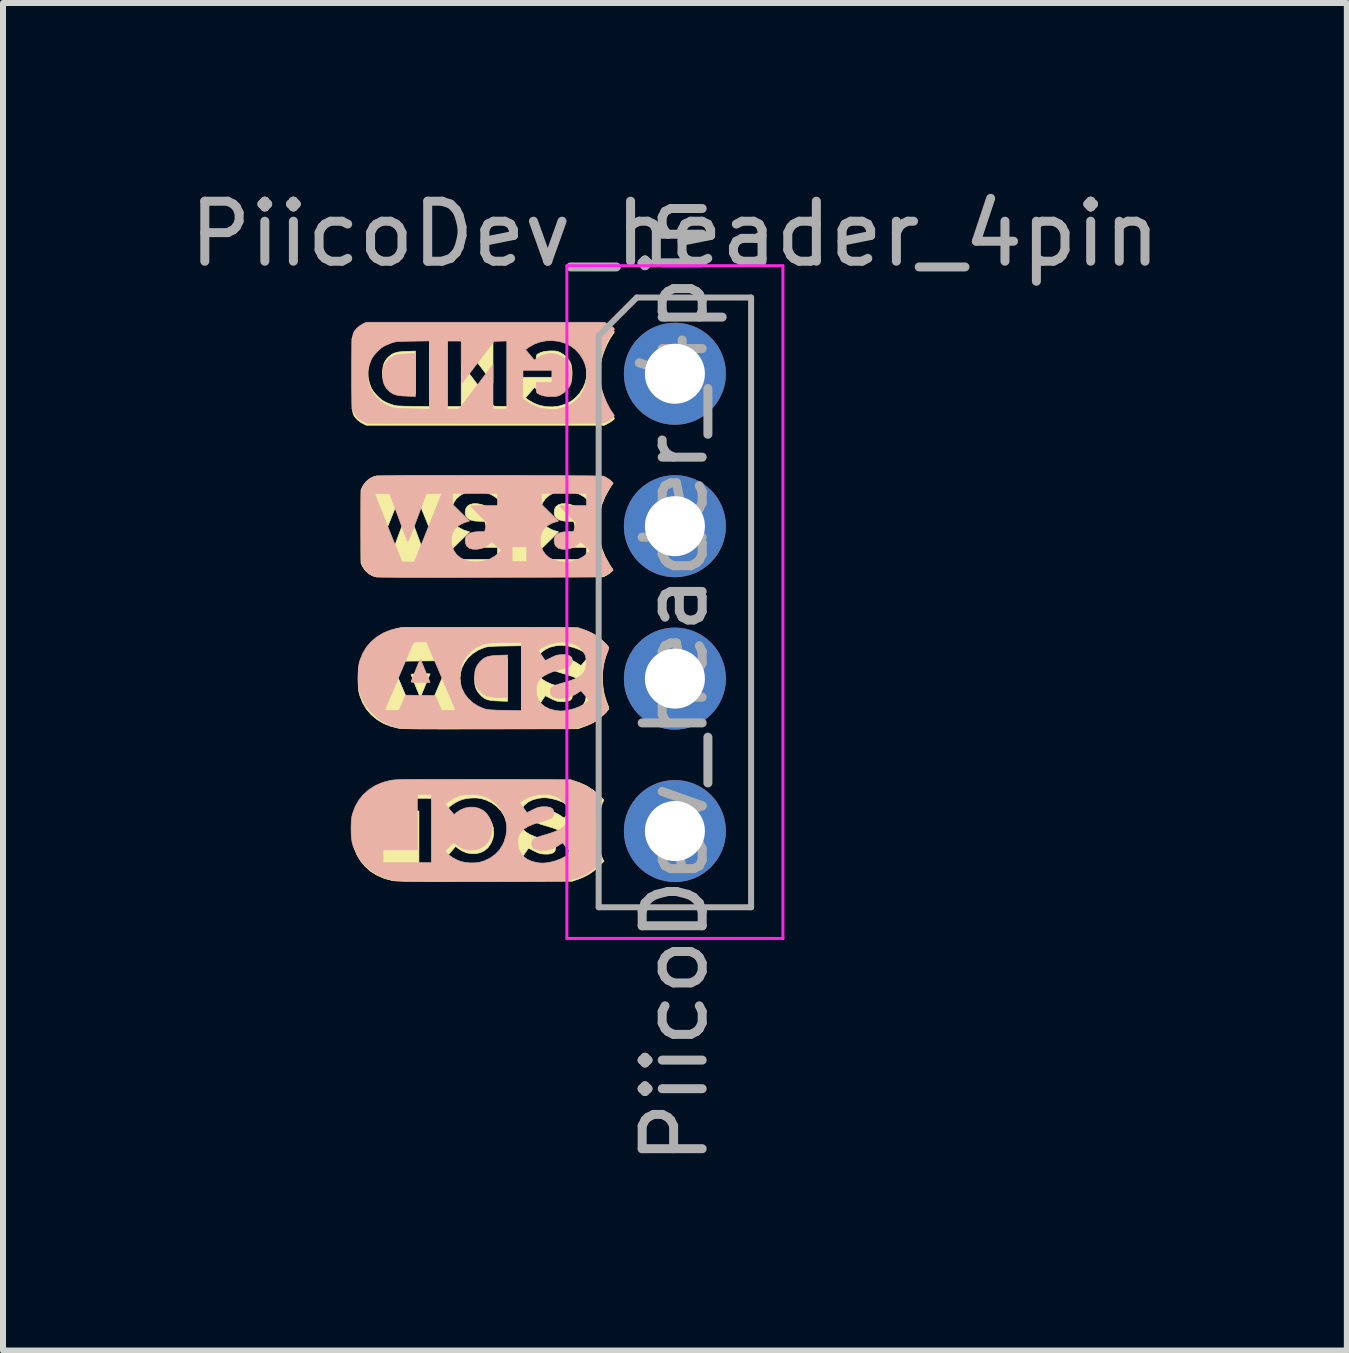
<source format=kicad_pcb>
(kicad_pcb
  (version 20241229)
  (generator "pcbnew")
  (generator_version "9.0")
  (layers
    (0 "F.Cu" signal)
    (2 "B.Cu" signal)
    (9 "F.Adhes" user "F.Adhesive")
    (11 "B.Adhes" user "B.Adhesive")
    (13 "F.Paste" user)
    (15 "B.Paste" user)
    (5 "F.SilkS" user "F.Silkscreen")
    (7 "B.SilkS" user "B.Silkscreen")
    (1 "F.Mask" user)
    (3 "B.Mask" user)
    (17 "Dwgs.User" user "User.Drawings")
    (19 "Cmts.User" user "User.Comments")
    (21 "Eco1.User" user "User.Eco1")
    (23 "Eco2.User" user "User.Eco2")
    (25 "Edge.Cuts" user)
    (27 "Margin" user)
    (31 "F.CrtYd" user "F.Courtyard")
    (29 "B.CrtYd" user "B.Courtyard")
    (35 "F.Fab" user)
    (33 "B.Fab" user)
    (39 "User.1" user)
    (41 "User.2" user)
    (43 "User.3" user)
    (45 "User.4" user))
  (footprint "PiicoDev_header_4pin"
    (layer "F.Cu")
    (at 8.196 3.178)
    (property "Reference" "PiicoDev_header_4pin" (at 0 -2.33 180) (layer "F.Fab") (effects (font (size 1 1) (thickness 0.15))))
    (attr through_hole)
    (fp_poly (pts (xy -4.468 0.331) (xy -4.547 0.327) (xy -4.609 0.32) (xy -4.658 0.309) (xy -4.699 0.292) (xy -4.734 0.269) (xy -4.77 0.237) (xy -4.774 0.233) (xy -4.821 0.178) (xy -4.852 0.119) (xy -4.868 0.053) (xy -4.872 -0.026) (xy -4.871 -0.042) (xy -4.862 -0.121) (xy -4.842 -0.186) (xy -4.808 -0.242) (xy -4.762 -0.289) (xy -4.726 -0.318) (xy -4.689 -0.339) (xy -4.647 -0.354) (xy -4.596 -0.364) (xy -4.532 -0.37) (xy -4.468 -0.373) (xy -4.323 -0.378) (xy -4.323 0.336) (xy -4.468 0.331)) (stroke (width 0.01) (type solid)) (fill yes) (layer "F.SilkS"))
    (fp_poly (pts (xy -2.933 5.453) (xy -3.012 5.449) (xy -3.074 5.442) (xy -3.123 5.431) (xy -3.163 5.414) (xy -3.199 5.391) (xy -3.235 5.359) (xy -3.239 5.355) (xy -3.285 5.3) (xy -3.316 5.241) (xy -3.333 5.175) (xy -3.336 5.096) (xy -3.336 5.079) (xy -3.327 5) (xy -3.307 4.936) (xy -3.273 4.88) (xy -3.227 4.833) (xy -3.191 4.804) (xy -3.154 4.783) (xy -3.112 4.768) (xy -3.061 4.758) (xy -2.997 4.752) (xy -2.933 4.749) (xy -2.788 4.743) (xy -2.788 5.458) (xy -2.933 5.453)) (stroke (width 0.01) (type solid)) (fill yes) (layer "F.SilkS"))
    (fp_poly (pts (xy -4.249 5.378) (xy -4.261 5.351) (xy -4.277 5.312) (xy -4.297 5.265) (xy -4.318 5.212) (xy -4.339 5.159) (xy -4.359 5.109) (xy -4.376 5.065) (xy -4.389 5.032) (xy -4.396 5.012) (xy -4.397 5.009) (xy -4.387 5.006) (xy -4.36 5.003) (xy -4.318 5.001) (xy -4.267 5) (xy -4.238 5) (xy -4.079 5) (xy -4.093 5.034) (xy -4.133 5.132) (xy -4.166 5.211) (xy -4.192 5.274) (xy -4.213 5.322) (xy -4.227 5.355) (xy -4.237 5.377) (xy -4.242 5.388) (xy -4.244 5.389) (xy -4.249 5.378)) (stroke (width 0.01) (type solid)) (fill yes) (layer "F.SilkS"))
    (fp_poly (pts (xy -5.204 0.828) (xy -5.247 0.802) (xy -5.288 0.769) (xy -5.306 0.751) (xy -5.322 0.733) (xy -5.335 0.717) (xy -5.346 0.7) (xy -5.355 0.682) (xy -5.363 0.659) (xy -5.368 0.631) (xy -5.373 0.595) (xy -5.376 0.551) (xy -5.379 0.495) (xy -5.38 0.427) (xy -5.381 0.344) (xy -5.382 0.245) (xy -5.382 0.129) (xy -5.382 0.01) (xy -5.382 -0.584) (xy -5.349 -0.649) (xy -5.31 -0.71) (xy -5.259 -0.759) (xy -5.191 -0.799) (xy -5.184 -0.802) (xy -5.133 -0.826) (xy -3.179 -0.827) (xy -2.963 -0.828) (xy -2.755 -0.828) (xy -2.556 -0.828) (xy -2.366 -0.827) (xy -2.187 -0.827) (xy -2.02 -0.827) (xy -1.865 -0.826) (xy -1.724 -0.826) (xy -1.596 -0.825) (xy -1.485 -0.824) (xy -1.389 -0.824) (xy -1.311 -0.823) (xy -1.251 -0.822) (xy -1.21 -0.821) (xy -1.188 -0.82) (xy -1.186 -0.82) (xy -1.111 -0.792) (xy -1.047 -0.746) (xy -1.043 -0.743) (xy -1.02 -0.719) (xy -1.011 -0.701) (xy -1.017 -0.681) (xy -1.034 -0.657) (xy -1.083 -0.583) (xy -1.13 -0.493) (xy -1.173 -0.396) (xy -1.207 -0.297) (xy -1.227 -0.222) (xy -1.238 -0.158) (xy -1.245 -0.08) (xy -1.247 -0.014) (xy -1.469 -0.014) (xy -1.474 -0.107) (xy -1.491 -0.194) (xy -1.493 -0.202) (xy -1.534 -0.3) (xy -1.592 -0.386) (xy -1.666 -0.46) (xy -1.753 -0.519) (xy -1.852 -0.563) (xy -1.962 -0.591) (xy -1.967 -0.592) (xy -2.009 -0.594) (xy -2.064 -0.593) (xy -2.118 -0.59) (xy -4.09 -0.59) (xy -4.368 -0.585) (xy -4.457 -0.583) (xy -4.529 -0.581) (xy -4.584 -0.579) (xy -4.627 -0.576) (xy -4.66 -0.572) (xy -4.686 -0.567) (xy -4.704 -0.562) (xy -4.808 -0.519) (xy -4.899 -0.462) (xy -4.977 -0.391) (xy -5.039 -0.31) (xy -5.084 -0.219) (xy -5.105 -0.145) (xy -5.117 -0.044) (xy -5.111 0.06) (xy -5.089 0.16) (xy -5.057 0.242) (xy -5.027 0.289) (xy -4.985 0.341) (xy -4.936 0.391) (xy -4.886 0.434) (xy -4.864 0.449) (xy -4.83 0.468) (xy -4.784 0.489) (xy -4.737 0.507) (xy -4.731 0.51) (xy -4.704 0.518) (xy -4.681 0.525) (xy -4.657 0.531) (xy -4.629 0.535) (xy -4.595 0.537) (xy -4.551 0.539) (xy -4.494 0.541) (xy -4.422 0.542) (xy -4.368 0.543) (xy -4.09 0.547) (xy -4.09 -0.59) (xy -2.118 -0.59) (xy -2.125 -0.589) (xy -2.138 -0.588) (xy -2.798 -0.588) (xy -3.031 -0.588) (xy -3.031 0.156) (xy -3.313 -0.216) (xy -3.595 -0.588) (xy -3.794 -0.588) (xy -3.794 0.545) (xy -3.561 0.545) (xy -3.561 0.188) (xy -3.56 0.091) (xy -3.56 0.014) (xy -3.56 -0.047) (xy -3.558 -0.092) (xy -3.557 -0.123) (xy -3.555 -0.143) (xy -3.552 -0.153) (xy -3.548 -0.155) (xy -3.545 -0.153) (xy -3.536 -0.142) (xy -3.515 -0.115) (xy -3.484 -0.075) (xy -3.444 -0.024) (xy -3.398 0.036) (xy -3.347 0.103) (xy -3.291 0.177) (xy -3.272 0.201) (xy -3.014 0.54) (xy -2.906 0.543) (xy -2.798 0.546) (xy -2.798 -0.588) (xy -2.138 -0.588) (xy -2.184 -0.582) (xy -2.233 -0.573) (xy -2.238 -0.572) (xy -2.319 -0.544) (xy -2.403 -0.503) (xy -2.481 -0.455) (xy -2.483 -0.453) (xy -2.534 -0.416) (xy -2.534 0.058) (xy -2.047 0.058) (xy -2.047 -0.143) (xy -2.311 -0.143) (xy -2.311 -0.227) (xy -2.311 -0.27) (xy -2.308 -0.297) (xy -2.302 -0.314) (xy -2.292 -0.324) (xy -2.287 -0.328) (xy -2.234 -0.355) (xy -2.172 -0.372) (xy -2.096 -0.38) (xy -2.068 -0.38) (xy -2.018 -0.38) (xy -1.982 -0.377) (xy -1.953 -0.371) (xy -1.924 -0.36) (xy -1.907 -0.352) (xy -1.847 -0.313) (xy -1.793 -0.261) (xy -1.751 -0.203) (xy -1.732 -0.161) (xy -1.718 -0.098) (xy -1.714 -0.026) (xy -1.719 0.046) (xy -1.733 0.109) (xy -1.768 0.183) (xy -1.818 0.244) (xy -1.88 0.29) (xy -1.949 0.321) (xy -2.026 0.336) (xy -2.105 0.335) (xy -2.186 0.317) (xy -2.264 0.282) (xy -2.308 0.253) (xy -2.342 0.228) (xy -2.415 0.315) (xy -2.489 0.402) (xy -2.44 0.438) (xy -2.348 0.492) (xy -2.248 0.529) (xy -2.143 0.549) (xy -2.036 0.552) (xy -1.931 0.539) (xy -1.83 0.508) (xy -1.736 0.462) (xy -1.662 0.406) (xy -1.588 0.327) (xy -1.529 0.233) (xy -1.498 0.16) (xy -1.477 0.077) (xy -1.469 -0.014) (xy -1.247 -0.014) (xy -1.247 0.005) (xy -1.246 0.091) (xy -1.241 0.17) (xy -1.232 0.237) (xy -1.229 0.249) (xy -1.198 0.363) (xy -1.155 0.475) (xy -1.106 0.576) (xy -1.091 0.601) (xy -1.058 0.655) (xy -1.035 0.693) (xy -1.02 0.72) (xy -1.012 0.737) (xy -1.01 0.747) (xy -1.012 0.754) (xy -1.018 0.76) (xy -1.023 0.766) (xy -1.042 0.781) (xy -1.073 0.802) (xy -1.107 0.822) (xy -1.173 0.858) (xy -5.143 0.858) (xy -5.204 0.828)) (stroke (width 0.01) (type solid)) (fill yes) (layer "F.SilkS"))
    (fp_poly (pts (xy -4.01 8.46) (xy -4.128 8.46) (xy -4.231 8.459) (xy -4.32 8.459) (xy -4.398 8.458) (xy -4.463 8.458) (xy -4.519 8.457) (xy -4.565 8.455) (xy -4.603 8.454) (xy -4.634 8.453) (xy -4.66 8.451) (xy -4.68 8.449) (xy -4.697 8.447) (xy -4.707 8.445) (xy -4.839 8.411) (xy -4.958 8.36) (xy -5.065 8.295) (xy -5.158 8.214) (xy -5.236 8.121) (xy -5.297 8.015) (xy -5.342 7.897) (xy -5.346 7.882) (xy -5.356 7.841) (xy -5.362 7.799) (xy -5.366 7.751) (xy -5.368 7.691) (xy -5.369 7.641) (xy -5.367 7.551) (xy -5.362 7.477) (xy -5.352 7.413) (xy -5.335 7.353) (xy -5.311 7.29) (xy -5.284 7.233) (xy -5.261 7.188) (xy -5.239 7.152) (xy -5.214 7.118) (xy -5.182 7.081) (xy -5.138 7.036) (xy -5.128 7.026) (xy -5.079 6.978) (xy -5.039 6.942) (xy -5.001 6.914) (xy -4.962 6.89) (xy -4.924 6.869) (xy -4.871 6.844) (xy -4.814 6.82) (xy -4.762 6.801) (xy -4.744 6.796) (xy -4.662 6.773) (xy -3.227 6.771) (xy -3.015 6.77) (xy -2.823 6.77) (xy -2.651 6.77) (xy -2.496 6.77) (xy -2.359 6.771) (xy -2.238 6.771) (xy -2.133 6.771) (xy -2.042 6.772) (xy -1.964 6.773) (xy -1.899 6.774) (xy -1.845 6.775) (xy -1.802 6.776) (xy -1.768 6.778) (xy -1.742 6.78) (xy -1.724 6.782) (xy -1.718 6.783) (xy -1.588 6.818) (xy -1.466 6.872) (xy -1.354 6.945) (xy -1.266 7.022) (xy -1.184 7.104) (xy -1.211 7.164) (xy -1.225 7.202) (xy -1.24 7.244) (xy -1.712 7.244) (xy -1.741 7.218) (xy -1.801 7.175) (xy -1.876 7.136) (xy -1.96 7.104) (xy -2.048 7.081) (xy -2.057 7.079) (xy -2.118 7.069) (xy -2.167 7.065) (xy -2.215 7.067) (xy -2.27 7.074) (xy -2.274 7.075) (xy -2.366 7.098) (xy -2.444 7.136) (xy -2.506 7.186) (xy -2.552 7.248) (xy -2.581 7.322) (xy -2.592 7.405) (xy -2.592 7.411) (xy -2.586 7.479) (xy -2.567 7.538) (xy -2.534 7.59) (xy -2.485 7.635) (xy -2.484 7.636) (xy -2.776 7.636) (xy -2.787 7.53) (xy -2.819 7.424) (xy -2.841 7.374) (xy -2.895 7.288) (xy -2.965 7.213) (xy -3.049 7.151) (xy -3.144 7.105) (xy -3.227 7.079) (xy -3.3 7.069) (xy -3.383 7.069) (xy -3.467 7.077) (xy -3.543 7.094) (xy -3.546 7.095) (xy -3.608 7.12) (xy -3.673 7.155) (xy -3.731 7.195) (xy -3.772 7.232) (xy -3.803 7.265) (xy -3.733 7.336) (xy -3.662 7.406) (xy -3.599 7.362) (xy -3.536 7.323) (xy -3.478 7.298) (xy -3.417 7.286) (xy -3.37 7.283) (xy -3.282 7.291) (xy -3.205 7.317) (xy -3.139 7.36) (xy -3.086 7.42) (xy -3.047 7.494) (xy -3.026 7.566) (xy -3.018 7.654) (xy -3.031 7.74) (xy -3.062 7.821) (xy -3.111 7.893) (xy -3.115 7.898) (xy -3.173 7.947) (xy -3.242 7.98) (xy -3.317 7.997) (xy -3.396 7.997) (xy -3.476 7.982) (xy -3.552 7.949) (xy -3.619 7.904) (xy -3.653 7.875) (xy -3.681 7.908) (xy -3.703 7.934) (xy -3.732 7.968) (xy -3.754 7.994) (xy -3.8 8.047) (xy -3.746 8.089) (xy -3.665 8.144) (xy -3.578 8.181) (xy -3.482 8.204) (xy -3.436 8.207) (xy -4.032 8.207) (xy -4.032 7.074) (xy -4.836 7.074) (xy -4.836 7.286) (xy -4.265 7.286) (xy -4.265 8.207) (xy -4.032 8.207) (xy -3.436 8.207) (xy -3.373 8.212) (xy -3.359 8.212) (xy -3.246 8.203) (xy -3.144 8.176) (xy -3.052 8.132) (xy -2.968 8.068) (xy -2.922 8.022) (xy -2.857 7.936) (xy -2.811 7.841) (xy -2.784 7.741) (xy -2.776 7.636) (xy -2.484 7.636) (xy -2.42 7.675) (xy -2.336 7.712) (xy -2.233 7.745) (xy -2.213 7.751) (xy -2.137 7.773) (xy -2.08 7.793) (xy -2.039 7.812) (xy -2.012 7.832) (xy -1.996 7.856) (xy -1.989 7.883) (xy -1.988 7.902) (xy -1.995 7.945) (xy -2.017 7.975) (xy -2.055 7.995) (xy -2.11 8.004) (xy -2.167 8.004) (xy -2.209 8.001) (xy -2.243 7.996) (xy -2.276 7.985) (xy -2.316 7.967) (xy -2.345 7.953) (xy -2.439 7.905) (xy -2.558 8.076) (xy -2.506 8.11) (xy -2.423 8.155) (xy -2.33 8.188) (xy -2.234 8.208) (xy -2.139 8.214) (xy -2.072 8.208) (xy -1.992 8.19) (xy -1.926 8.161) (xy -1.867 8.12) (xy -1.851 8.106) (xy -1.802 8.05) (xy -1.772 7.988) (xy -1.758 7.917) (xy -1.758 7.858) (xy -1.765 7.796) (xy -1.78 7.744) (xy -1.805 7.7) (xy -1.842 7.662) (xy -1.892 7.628) (xy -1.958 7.596) (xy -2.041 7.566) (xy -2.126 7.54) (xy -2.202 7.518) (xy -2.259 7.499) (xy -2.301 7.481) (xy -2.33 7.463) (xy -2.347 7.444) (xy -2.356 7.421) (xy -2.359 7.394) (xy -2.359 7.388) (xy -2.35 7.343) (xy -2.325 7.31) (xy -2.282 7.288) (xy -2.222 7.277) (xy -2.181 7.275) (xy -2.094 7.282) (xy -2.013 7.305) (xy -1.934 7.346) (xy -1.912 7.36) (xy -1.881 7.381) (xy -1.857 7.396) (xy -1.846 7.402) (xy -1.846 7.402) (xy -1.838 7.395) (xy -1.82 7.374) (xy -1.795 7.345) (xy -1.777 7.323) (xy -1.712 7.244) (xy -1.24 7.244) (xy -1.243 7.252) (xy -1.259 7.305) (xy -1.265 7.327) (xy -1.276 7.368) (xy -1.283 7.404) (xy -1.288 7.441) (xy -1.292 7.483) (xy -1.293 7.536) (xy -1.294 7.605) (xy -1.294 7.609) (xy -1.293 7.698) (xy -1.29 7.77) (xy -1.285 7.824) (xy -1.281 7.847) (xy -1.263 7.914) (xy -1.243 7.979) (xy -1.223 8.037) (xy -1.204 8.081) (xy -1.203 8.083) (xy -1.182 8.124) (xy -1.27 8.211) (xy -1.355 8.287) (xy -1.442 8.346) (xy -1.538 8.394) (xy -1.607 8.421) (xy -1.708 8.456) (xy -3.163 8.459) (xy -3.37 8.459) (xy -3.558 8.459) (xy -3.726 8.46) (xy -3.876 8.46) (xy -4.01 8.46)) (stroke (width 0.01) (type solid)) (fill yes) (layer "F.SilkS"))
    (fp_poly (pts (xy -4.335 3.389) (xy -4.448 3.389) (xy -4.547 3.389) (xy -4.634 3.389) (xy -4.709 3.388) (xy -4.773 3.387) (xy -4.827 3.387) (xy -4.872 3.386) (xy -4.909 3.385) (xy -4.94 3.383) (xy -4.964 3.382) (xy -4.983 3.38) (xy -4.997 3.379) (xy -5.009 3.377) (xy -5.018 3.374) (xy -5.026 3.372) (xy -5.032 3.37) (xy -5.095 3.336) (xy -5.151 3.287) (xy -5.195 3.228) (xy -5.206 3.206) (xy -5.231 3.152) (xy -5.231 2.549) (xy -5.231 2.42) (xy -5.231 2.311) (xy -5.23 2.22) (xy -5.23 2.145) (xy -5.229 2.083) (xy -5.228 2.035) (xy -5.227 1.997) (xy -5.225 1.967) (xy -5.223 1.945) (xy -5.22 1.929) (xy -5.216 1.916) (xy -5.212 1.904) (xy -5.209 1.898) (xy -5.175 1.842) (xy -5.126 1.789) (xy -5.07 1.746) (xy -5.03 1.726) (xy -4.972 1.702) (xy -3.129 1.7) (xy -2.933 1.7) (xy -2.741 1.7) (xy -2.557 1.7) (xy -2.379 1.701) (xy -2.21 1.701) (xy -2.051 1.701) (xy -1.903 1.701) (xy -1.767 1.702) (xy -1.643 1.703) (xy -1.534 1.703) (xy -1.441 1.704) (xy -1.363 1.705) (xy -1.304 1.705) (xy -1.262 1.706) (xy -1.241 1.707) (xy -1.239 1.707) (xy -1.173 1.726) (xy -1.11 1.759) (xy -1.064 1.794) (xy -1.031 1.825) (xy -1.086 1.909) (xy -1.162 2.042) (xy -1.204 2.147) (xy -1.409 2.147) (xy -1.444 2.111) (xy -1.516 2.049) (xy -1.602 2.002) (xy -1.697 1.97) (xy -1.797 1.954) (xy -1.899 1.957) (xy -1.934 1.962) (xy -2.023 1.988) (xy -2.098 2.029) (xy -2.159 2.084) (xy -2.205 2.151) (xy -2.224 2.205) (xy -2.468 2.205) (xy -2.468 1.961) (xy -2.711 1.961) (xy -2.711 2.147) (xy -2.892 2.147) (xy -2.926 2.111) (xy -2.999 2.049) (xy -3.084 2.002) (xy -3.179 1.97) (xy -3.279 1.954) (xy -3.381 1.957) (xy -3.416 1.962) (xy -3.505 1.988) (xy -3.58 2.029) (xy -3.642 2.084) (xy -3.687 2.151) (xy -3.716 2.23) (xy -3.724 2.282) (xy -3.723 2.366) (xy -3.702 2.44) (xy -3.664 2.504) (xy -3.608 2.557) (xy -3.536 2.597) (xy -3.501 2.61) (xy -3.421 2.635) (xy -3.707 2.916) (xy -3.707 3.088) (xy -3.886 3.088) (xy -3.89 3.078) (xy -3.901 3.049) (xy -3.919 3.005) (xy -3.942 2.946) (xy -3.971 2.875) (xy -4.003 2.793) (xy -4.04 2.703) (xy -4.079 2.605) (xy -4.103 2.544) (xy -4.144 2.442) (xy -4.183 2.346) (xy -4.219 2.256) (xy -4.252 2.176) (xy -4.279 2.107) (xy -4.302 2.05) (xy -4.319 2.009) (xy -4.329 1.984) (xy -4.331 1.978) (xy -4.336 1.965) (xy -4.344 1.957) (xy -4.359 1.953) (xy -4.384 1.952) (xy -4.424 1.952) (xy -4.444 1.953) (xy -4.547 1.956) (xy -4.773 2.516) (xy -4.814 2.619) (xy -4.853 2.717) (xy -4.889 2.806) (xy -4.921 2.887) (xy -4.948 2.956) (xy -4.97 3.012) (xy -4.987 3.054) (xy -4.996 3.079) (xy -4.998 3.086) (xy -4.988 3.089) (xy -4.961 3.091) (xy -4.922 3.092) (xy -4.875 3.092) (xy -4.752 3.089) (xy -4.611 2.708) (xy -4.579 2.622) (xy -4.548 2.541) (xy -4.521 2.468) (xy -4.498 2.405) (xy -4.478 2.355) (xy -4.465 2.319) (xy -4.458 2.301) (xy -4.457 2.3) (xy -4.454 2.295) (xy -4.449 2.295) (xy -4.442 2.303) (xy -4.433 2.319) (xy -4.421 2.347) (xy -4.405 2.387) (xy -4.384 2.441) (xy -4.357 2.511) (xy -4.324 2.598) (xy -4.309 2.639) (xy -4.277 2.724) (xy -4.247 2.805) (xy -4.22 2.878) (xy -4.196 2.942) (xy -4.177 2.994) (xy -4.163 3.03) (xy -4.156 3.049) (xy -4.139 3.094) (xy -4.013 3.094) (xy -3.964 3.094) (xy -3.924 3.093) (xy -3.897 3.091) (xy -3.886 3.088) (xy -3.886 3.088) (xy -3.707 3.088) (xy -3.707 3.094) (xy -2.955 3.094) (xy -2.955 2.893) (xy -3.177 2.893) (xy -3.243 2.893) (xy -3.301 2.892) (xy -3.349 2.89) (xy -3.382 2.888) (xy -3.398 2.886) (xy -3.399 2.885) (xy -3.392 2.876) (xy -3.373 2.854) (xy -3.342 2.822) (xy -3.305 2.783) (xy -3.266 2.743) (xy -3.132 2.609) (xy -3.15 2.534) (xy -3.169 2.459) (xy -3.256 2.459) (xy -3.34 2.453) (xy -3.405 2.437) (xy -3.453 2.409) (xy -3.483 2.37) (xy -3.495 2.321) (xy -3.495 2.313) (xy -3.487 2.255) (xy -3.462 2.212) (xy -3.422 2.182) (xy -3.367 2.166) (xy -3.299 2.165) (xy -3.225 2.177) (xy -3.16 2.203) (xy -3.099 2.248) (xy -3.092 2.254) (xy -3.051 2.291) (xy -2.971 2.219) (xy -2.892 2.147) (xy -2.711 2.147) (xy -2.711 2.205) (xy -2.468 2.205) (xy -2.224 2.205) (xy -2.233 2.23) (xy -2.242 2.282) (xy -2.24 2.366) (xy -2.22 2.44) (xy -2.182 2.504) (xy -2.126 2.557) (xy -2.054 2.597) (xy -2.019 2.61) (xy -1.938 2.635) (xy -2.081 2.776) (xy -2.224 2.916) (xy -2.224 3.094) (xy -1.472 3.094) (xy -1.472 2.893) (xy -1.695 2.893) (xy -1.761 2.893) (xy -1.819 2.892) (xy -1.866 2.89) (xy -1.9 2.888) (xy -1.916 2.886) (xy -1.917 2.885) (xy -1.91 2.876) (xy -1.89 2.854) (xy -1.86 2.822) (xy -1.822 2.783) (xy -1.783 2.743) (xy -1.65 2.609) (xy -1.668 2.534) (xy -1.687 2.459) (xy -1.773 2.459) (xy -1.857 2.453) (xy -1.923 2.437) (xy -1.971 2.409) (xy -2.001 2.37) (xy -2.012 2.321) (xy -2.012 2.313) (xy -2.004 2.255) (xy -1.98 2.212) (xy -1.94 2.182) (xy -1.885 2.166) (xy -1.817 2.165) (xy -1.743 2.177) (xy -1.678 2.203) (xy -1.617 2.248) (xy -1.61 2.254) (xy -1.568 2.291) (xy -1.489 2.219) (xy -1.409 2.147) (xy -1.204 2.147) (xy -1.219 2.183) (xy -1.256 2.329) (xy -1.275 2.477) (xy -1.275 2.626) (xy -1.256 2.775) (xy -1.217 2.92) (xy -1.16 3.059) (xy -1.085 3.191) (xy -1.077 3.202) (xy -1.03 3.272) (xy -1.063 3.304) (xy -1.094 3.329) (xy -1.131 3.353) (xy -1.144 3.36) (xy -1.192 3.385) (xy -3.084 3.388) (xy -3.319 3.388) (xy -3.533 3.389) (xy -3.728 3.389) (xy -3.905 3.389) (xy -4.065 3.389) (xy -4.208 3.389) (xy -4.335 3.389)) (stroke (width 0.01) (type solid)) (fill yes) (layer "F.SilkS"))
    (fp_poly (pts (xy -3.917 5.92) (xy -4.036 5.919) (xy -4.139 5.919) (xy -4.229 5.919) (xy -4.307 5.918) (xy -4.373 5.917) (xy -4.429 5.916) (xy -4.475 5.915) (xy -4.514 5.914) (xy -4.545 5.912) (xy -4.57 5.91) (xy -4.59 5.908) (xy -4.606 5.906) (xy -4.61 5.906) (xy -4.741 5.873) (xy -4.86 5.825) (xy -4.967 5.76) (xy -5.061 5.681) (xy -5.14 5.589) (xy -5.203 5.484) (xy -5.249 5.367) (xy -5.256 5.342) (xy -5.266 5.301) (xy -5.272 5.259) (xy -5.276 5.211) (xy -5.278 5.151) (xy -5.279 5.101) (xy -5.277 5.011) (xy -5.272 4.937) (xy -5.262 4.873) (xy -5.245 4.813) (xy -5.221 4.75) (xy -5.194 4.693) (xy -5.171 4.648) (xy -5.149 4.612) (xy -5.124 4.578) (xy -5.092 4.541) (xy -5.048 4.496) (xy -5.038 4.486) (xy -4.989 4.438) (xy -4.949 4.402) (xy -4.911 4.374) (xy -4.872 4.35) (xy -4.834 4.329) (xy -4.781 4.304) (xy -4.724 4.28) (xy -4.672 4.261) (xy -4.654 4.256) (xy -4.572 4.233) (xy -3.137 4.231) (xy -2.926 4.23) (xy -2.735 4.23) (xy -2.563 4.23) (xy -2.409 4.23) (xy -2.273 4.231) (xy -2.153 4.231) (xy -2.048 4.231) (xy -1.957 4.232) (xy -1.88 4.233) (xy -1.815 4.234) (xy -1.761 4.235) (xy -1.717 4.236) (xy -1.682 4.238) (xy -1.656 4.24) (xy -1.637 4.241) (xy -1.628 4.243) (xy -1.498 4.277) (xy -1.379 4.329) (xy -1.27 4.399) (xy -1.234 4.427) (xy -1.198 4.46) (xy -1.164 4.492) (xy -1.138 4.519) (xy -1.134 4.524) (xy -1.104 4.561) (xy -1.142 4.665) (xy -1.154 4.704) (xy -1.431 4.704) (xy -1.461 4.678) (xy -1.52 4.635) (xy -1.595 4.596) (xy -1.679 4.564) (xy -1.767 4.541) (xy -1.777 4.539) (xy -1.837 4.529) (xy -1.886 4.525) (xy -1.934 4.527) (xy -1.973 4.532) (xy -2.555 4.532) (xy -2.833 4.537) (xy -2.922 4.538) (xy -2.993 4.54) (xy -3.049 4.543) (xy -3.067 4.544) (xy -3.658 4.544) (xy -3.666 4.539) (xy -3.695 4.536) (xy -3.743 4.536) (xy -3.772 4.536) (xy -3.891 4.539) (xy -3.941 4.661) (xy -3.991 4.783) (xy -4.489 4.789) (xy -4.594 4.539) (xy -4.714 4.536) (xy -4.765 4.535) (xy -4.8 4.536) (xy -4.819 4.538) (xy -4.828 4.542) (xy -4.829 4.549) (xy -4.828 4.552) (xy -4.823 4.565) (xy -4.811 4.596) (xy -4.791 4.643) (xy -4.766 4.703) (xy -4.735 4.776) (xy -4.7 4.859) (xy -4.661 4.95) (xy -4.62 5.048) (xy -4.593 5.111) (xy -4.55 5.212) (xy -4.509 5.308) (xy -4.472 5.395) (xy -4.439 5.474) (xy -4.41 5.541) (xy -4.387 5.596) (xy -4.37 5.636) (xy -4.36 5.659) (xy -4.358 5.664) (xy -4.347 5.671) (xy -4.32 5.675) (xy -4.276 5.677) (xy -4.245 5.677) (xy -4.138 5.677) (xy -3.899 5.116) (xy -3.856 5.013) (xy -3.814 4.916) (xy -3.776 4.826) (xy -3.742 4.746) (xy -3.713 4.676) (xy -3.689 4.62) (xy -3.671 4.578) (xy -3.661 4.552) (xy -3.658 4.544) (xy -3.067 4.544) (xy -3.092 4.546) (xy -3.125 4.55) (xy -3.151 4.555) (xy -3.169 4.56) (xy -3.273 4.603) (xy -3.364 4.66) (xy -3.442 4.731) (xy -3.504 4.812) (xy -3.549 4.903) (xy -3.57 4.977) (xy -3.582 5.078) (xy -3.576 5.182) (xy -3.554 5.282) (xy -3.522 5.364) (xy -3.492 5.411) (xy -3.449 5.463) (xy -3.401 5.513) (xy -3.351 5.555) (xy -3.329 5.571) (xy -3.295 5.59) (xy -3.249 5.61) (xy -3.201 5.629) (xy -3.195 5.631) (xy -3.169 5.64) (xy -3.145 5.647) (xy -3.122 5.652) (xy -3.094 5.656) (xy -3.06 5.659) (xy -3.016 5.661) (xy -2.959 5.663) (xy -2.886 5.664) (xy -2.833 5.665) (xy -2.555 5.669) (xy -2.555 4.532) (xy -1.973 4.532) (xy -1.989 4.534) (xy -1.994 4.535) (xy -2.086 4.558) (xy -2.163 4.596) (xy -2.226 4.646) (xy -2.272 4.708) (xy -2.301 4.782) (xy -2.311 4.865) (xy -2.311 4.871) (xy -2.305 4.939) (xy -2.286 4.998) (xy -2.253 5.05) (xy -2.205 5.095) (xy -2.139 5.135) (xy -2.056 5.172) (xy -1.952 5.205) (xy -1.932 5.211) (xy -1.857 5.233) (xy -1.8 5.253) (xy -1.759 5.272) (xy -1.732 5.292) (xy -1.716 5.316) (xy -1.709 5.343) (xy -1.708 5.362) (xy -1.715 5.405) (xy -1.737 5.435) (xy -1.775 5.455) (xy -1.83 5.464) (xy -1.886 5.464) (xy -1.929 5.461) (xy -1.963 5.456) (xy -1.996 5.445) (xy -2.035 5.427) (xy -2.065 5.413) (xy -2.159 5.365) (xy -2.278 5.536) (xy -2.225 5.57) (xy -2.143 5.615) (xy -2.05 5.648) (xy -1.953 5.668) (xy -1.858 5.674) (xy -1.792 5.668) (xy -1.712 5.65) (xy -1.645 5.621) (xy -1.587 5.58) (xy -1.57 5.566) (xy -1.522 5.51) (xy -1.491 5.448) (xy -1.478 5.377) (xy -1.477 5.318) (xy -1.484 5.256) (xy -1.499 5.204) (xy -1.524 5.16) (xy -1.561 5.122) (xy -1.611 5.088) (xy -1.677 5.056) (xy -1.761 5.026) (xy -1.846 5) (xy -1.921 4.978) (xy -1.979 4.959) (xy -2.021 4.941) (xy -2.049 4.923) (xy -2.066 4.904) (xy -2.075 4.881) (xy -2.078 4.854) (xy -2.078 4.848) (xy -2.07 4.803) (xy -2.045 4.77) (xy -2.002 4.748) (xy -1.941 4.737) (xy -1.9 4.735) (xy -1.813 4.742) (xy -1.733 4.765) (xy -1.653 4.806) (xy -1.631 4.82) (xy -1.6 4.841) (xy -1.576 4.856) (xy -1.565 4.862) (xy -1.565 4.862) (xy -1.558 4.855) (xy -1.54 4.834) (xy -1.515 4.805) (xy -1.497 4.783) (xy -1.431 4.704) (xy -1.154 4.704) (xy -1.175 4.771) (xy -1.196 4.871) (xy -1.207 4.974) (xy -1.208 5.087) (xy -1.207 5.106) (xy -1.198 5.223) (xy -1.18 5.329) (xy -1.151 5.431) (xy -1.125 5.501) (xy -1.11 5.539) (xy -1.102 5.563) (xy -1.101 5.579) (xy -1.107 5.592) (xy -1.115 5.604) (xy -1.144 5.639) (xy -1.186 5.68) (xy -1.236 5.723) (xy -1.287 5.764) (xy -1.334 5.797) (xy -1.345 5.803) (xy -1.389 5.827) (xy -1.443 5.852) (xy -1.499 5.874) (xy -1.517 5.881) (xy -1.618 5.916) (xy -3.067 5.919) (xy -3.275 5.919) (xy -3.463 5.919) (xy -3.632 5.92) (xy -3.783 5.92) (xy -3.917 5.92)) (stroke (width 0.01) (type solid)) (fill yes) (layer "F.SilkS"))
    (fp_poly (pts (xy -4.468 -0.331) (xy -4.547 -0.327) (xy -4.609 -0.32) (xy -4.658 -0.309) (xy -4.699 -0.292) (xy -4.734 -0.269) (xy -4.77 -0.237) (xy -4.774 -0.233) (xy -4.821 -0.178) (xy -4.852 -0.119) (xy -4.868 -0.053) (xy -4.872 0.026) (xy -4.871 0.042) (xy -4.862 0.121) (xy -4.842 0.186) (xy -4.808 0.242) (xy -4.762 0.289) (xy -4.726 0.318) (xy -4.689 0.339) (xy -4.647 0.354) (xy -4.596 0.364) (xy -4.532 0.37) (xy -4.468 0.373) (xy -4.323 0.378) (xy -4.323 -0.336) (xy -4.468 -0.331)) (stroke (width 0.01) (type solid)) (fill yes) (layer "B.SilkS"))
    (fp_poly (pts (xy -2.933 4.692) (xy -3.012 4.696) (xy -3.074 4.703) (xy -3.123 4.714) (xy -3.163 4.731) (xy -3.199 4.754) (xy -3.235 4.786) (xy -3.239 4.79) (xy -3.285 4.845) (xy -3.316 4.904) (xy -3.333 4.97) (xy -3.336 5.049) (xy -3.336 5.066) (xy -3.327 5.145) (xy -3.307 5.209) (xy -3.273 5.265) (xy -3.227 5.312) (xy -3.191 5.341) (xy -3.154 5.362) (xy -3.112 5.377) (xy -3.061 5.387) (xy -2.997 5.393) (xy -2.933 5.396) (xy -2.788 5.402) (xy -2.788 4.687) (xy -2.933 4.692)) (stroke (width 0.01) (type solid)) (fill yes) (layer "B.SilkS"))
    (fp_poly (pts (xy -4.249 4.767) (xy -4.261 4.794) (xy -4.277 4.833) (xy -4.297 4.88) (xy -4.318 4.933) (xy -4.339 4.986) (xy -4.359 5.036) (xy -4.376 5.08) (xy -4.389 5.113) (xy -4.396 5.133) (xy -4.397 5.136) (xy -4.387 5.139) (xy -4.36 5.142) (xy -4.318 5.144) (xy -4.267 5.145) (xy -4.238 5.145) (xy -4.079 5.145) (xy -4.093 5.111) (xy -4.133 5.013) (xy -4.166 4.934) (xy -4.192 4.871) (xy -4.213 4.823) (xy -4.227 4.79) (xy -4.237 4.768) (xy -4.242 4.757) (xy -4.244 4.756) (xy -4.249 4.767)) (stroke (width 0.01) (type solid)) (fill yes) (layer "B.SilkS"))
    (fp_poly (pts (xy -5.204 -0.828) (xy -5.247 -0.802) (xy -5.288 -0.769) (xy -5.306 -0.751) (xy -5.322 -0.733) (xy -5.335 -0.717) (xy -5.346 -0.7) (xy -5.355 -0.682) (xy -5.363 -0.659) (xy -5.368 -0.631) (xy -5.373 -0.595) (xy -5.376 -0.551) (xy -5.379 -0.495) (xy -5.38 -0.427) (xy -5.381 -0.344) (xy -5.382 -0.245) (xy -5.382 -0.129) (xy -5.382 -0.01) (xy -5.382 0.584) (xy -5.349 0.649) (xy -5.31 0.71) (xy -5.259 0.759) (xy -5.191 0.799) (xy -5.184 0.802) (xy -5.133 0.826) (xy -3.179 0.827) (xy -2.963 0.828) (xy -2.755 0.828) (xy -2.556 0.828) (xy -2.366 0.827) (xy -2.187 0.827) (xy -2.02 0.827) (xy -1.865 0.826) (xy -1.724 0.826) (xy -1.596 0.825) (xy -1.485 0.824) (xy -1.389 0.824) (xy -1.311 0.823) (xy -1.251 0.822) (xy -1.21 0.821) (xy -1.188 0.82) (xy -1.186 0.82) (xy -1.111 0.792) (xy -1.047 0.746) (xy -1.043 0.743) (xy -1.02 0.719) (xy -1.011 0.701) (xy -1.017 0.681) (xy -1.034 0.657) (xy -1.083 0.583) (xy -1.13 0.493) (xy -1.173 0.396) (xy -1.207 0.297) (xy -1.227 0.222) (xy -1.238 0.158) (xy -1.245 0.08) (xy -1.247 0.014) (xy -1.469 0.014) (xy -1.474 0.107) (xy -1.491 0.194) (xy -1.493 0.202) (xy -1.534 0.3) (xy -1.592 0.386) (xy -1.666 0.46) (xy -1.753 0.519) (xy -1.852 0.563) (xy -1.962 0.591) (xy -1.967 0.592) (xy -2.009 0.594) (xy -2.064 0.593) (xy -2.118 0.59) (xy -4.09 0.59) (xy -4.368 0.585) (xy -4.457 0.583) (xy -4.529 0.581) (xy -4.584 0.579) (xy -4.627 0.576) (xy -4.66 0.572) (xy -4.686 0.567) (xy -4.704 0.562) (xy -4.808 0.519) (xy -4.899 0.462) (xy -4.977 0.391) (xy -5.039 0.31) (xy -5.084 0.219) (xy -5.105 0.145) (xy -5.117 0.044) (xy -5.111 -0.06) (xy -5.089 -0.16) (xy -5.057 -0.242) (xy -5.027 -0.289) (xy -4.985 -0.341) (xy -4.936 -0.391) (xy -4.886 -0.434) (xy -4.864 -0.449) (xy -4.83 -0.468) (xy -4.784 -0.489) (xy -4.737 -0.507) (xy -4.731 -0.51) (xy -4.704 -0.518) (xy -4.681 -0.525) (xy -4.657 -0.531) (xy -4.629 -0.535) (xy -4.595 -0.537) (xy -4.551 -0.539) (xy -4.494 -0.541) (xy -4.422 -0.542) (xy -4.368 -0.543) (xy -4.09 -0.547) (xy -4.09 0.59) (xy -2.118 0.59) (xy -2.125 0.589) (xy -2.138 0.588) (xy -2.798 0.588) (xy -3.031 0.588) (xy -3.031 -0.156) (xy -3.313 0.216) (xy -3.595 0.588) (xy -3.794 0.588) (xy -3.794 -0.545) (xy -3.561 -0.545) (xy -3.561 -0.188) (xy -3.56 -0.091) (xy -3.56 -0.014) (xy -3.56 0.047) (xy -3.558 0.092) (xy -3.557 0.123) (xy -3.555 0.143) (xy -3.552 0.153) (xy -3.548 0.155) (xy -3.545 0.153) (xy -3.536 0.142) (xy -3.515 0.115) (xy -3.484 0.075) (xy -3.444 0.024) (xy -3.398 -0.036) (xy -3.347 -0.103) (xy -3.291 -0.177) (xy -3.272 -0.201) (xy -3.014 -0.54) (xy -2.906 -0.543) (xy -2.798 -0.546) (xy -2.798 0.588) (xy -2.138 0.588) (xy -2.184 0.582) (xy -2.233 0.573) (xy -2.238 0.572) (xy -2.319 0.544) (xy -2.403 0.503) (xy -2.481 0.455) (xy -2.483 0.453) (xy -2.534 0.416) (xy -2.534 -0.058) (xy -2.047 -0.058) (xy -2.047 0.143) (xy -2.311 0.143) (xy -2.311 0.227) (xy -2.311 0.27) (xy -2.308 0.297) (xy -2.302 0.314) (xy -2.292 0.324) (xy -2.287 0.328) (xy -2.234 0.355) (xy -2.172 0.372) (xy -2.096 0.38) (xy -2.068 0.38) (xy -2.018 0.38) (xy -1.982 0.377) (xy -1.953 0.371) (xy -1.924 0.36) (xy -1.907 0.352) (xy -1.847 0.313) (xy -1.793 0.261) (xy -1.751 0.203) (xy -1.732 0.161) (xy -1.718 0.098) (xy -1.714 0.026) (xy -1.719 -0.046) (xy -1.733 -0.109) (xy -1.768 -0.183) (xy -1.818 -0.244) (xy -1.88 -0.29) (xy -1.949 -0.321) (xy -2.026 -0.336) (xy -2.105 -0.335) (xy -2.186 -0.317) (xy -2.264 -0.282) (xy -2.308 -0.253) (xy -2.342 -0.228) (xy -2.415 -0.315) (xy -2.489 -0.402) (xy -2.44 -0.438) (xy -2.348 -0.492) (xy -2.248 -0.529) (xy -2.143 -0.549) (xy -2.036 -0.552) (xy -1.931 -0.539) (xy -1.83 -0.508) (xy -1.736 -0.462) (xy -1.662 -0.406) (xy -1.588 -0.327) (xy -1.529 -0.233) (xy -1.498 -0.16) (xy -1.477 -0.077) (xy -1.469 0.014) (xy -1.247 0.014) (xy -1.247 -0.005) (xy -1.246 -0.091) (xy -1.241 -0.17) (xy -1.232 -0.237) (xy -1.229 -0.249) (xy -1.198 -0.363) (xy -1.155 -0.475) (xy -1.106 -0.576) (xy -1.091 -0.601) (xy -1.058 -0.655) (xy -1.035 -0.693) (xy -1.02 -0.72) (xy -1.012 -0.737) (xy -1.01 -0.747) (xy -1.012 -0.754) (xy -1.018 -0.76) (xy -1.023 -0.766) (xy -1.042 -0.781) (xy -1.073 -0.802) (xy -1.107 -0.822) (xy -1.173 -0.858) (xy -5.143 -0.858) (xy -5.204 -0.828)) (stroke (width 0.01) (type solid)) (fill yes) (layer "B.SilkS"))
    (fp_poly (pts (xy -4.037 6.76) (xy -4.154 6.76) (xy -4.258 6.76) (xy -4.347 6.761) (xy -4.424 6.761) (xy -4.49 6.762) (xy -4.546 6.763) (xy -4.592 6.764) (xy -4.63 6.766) (xy -4.661 6.767) (xy -4.686 6.769) (xy -4.707 6.771) (xy -4.723 6.773) (xy -4.734 6.775) (xy -4.866 6.809) (xy -4.985 6.859) (xy -5.092 6.925) (xy -5.185 7.005) (xy -5.263 7.099) (xy -5.324 7.205) (xy -5.369 7.323) (xy -5.373 7.338) (xy -5.383 7.379) (xy -5.389 7.42) (xy -5.393 7.469) (xy -5.395 7.529) (xy -5.396 7.579) (xy -5.394 7.668) (xy -5.389 7.742) (xy -5.379 7.807) (xy -5.362 7.867) (xy -5.338 7.929) (xy -5.311 7.987) (xy -5.288 8.031) (xy -5.266 8.068) (xy -5.241 8.102) (xy -5.208 8.139) (xy -5.165 8.184) (xy -5.155 8.194) (xy -5.106 8.242) (xy -5.066 8.277) (xy -5.028 8.306) (xy -4.989 8.33) (xy -4.951 8.35) (xy -4.898 8.375) (xy -4.841 8.399) (xy -4.789 8.418) (xy -4.771 8.424) (xy -4.689 8.447) (xy -3.254 8.449) (xy -3.042 8.449) (xy -2.85 8.45) (xy -2.677 8.45) (xy -2.523 8.449) (xy -2.386 8.449) (xy -2.265 8.449) (xy -2.16 8.448) (xy -2.069 8.448) (xy -1.991 8.447) (xy -1.926 8.446) (xy -1.872 8.445) (xy -1.828 8.443) (xy -1.795 8.442) (xy -1.769 8.44) (xy -1.751 8.438) (xy -1.745 8.437) (xy -1.615 8.402) (xy -1.493 8.348) (xy -1.381 8.275) (xy -1.293 8.197) (xy -1.211 8.116) (xy -1.237 8.056) (xy -1.252 8.018) (xy -1.267 7.976) (xy -1.739 7.976) (xy -1.768 8.002) (xy -1.828 8.045) (xy -1.902 8.083) (xy -1.987 8.115) (xy -2.075 8.139) (xy -2.084 8.14) (xy -2.144 8.15) (xy -2.194 8.154) (xy -2.241 8.153) (xy -2.297 8.146) (xy -2.301 8.145) (xy -2.393 8.122) (xy -2.471 8.084) (xy -2.533 8.034) (xy -2.579 7.971) (xy -2.608 7.898) (xy -2.619 7.814) (xy -2.619 7.809) (xy -2.613 7.741) (xy -2.594 7.682) (xy -2.561 7.63) (xy -2.512 7.585) (xy -2.51 7.583) (xy -2.802 7.583) (xy -2.814 7.69) (xy -2.845 7.796) (xy -2.868 7.846) (xy -2.921 7.932) (xy -2.992 8.007) (xy -3.076 8.068) (xy -3.171 8.115) (xy -3.254 8.14) (xy -3.327 8.15) (xy -3.41 8.151) (xy -3.494 8.143) (xy -3.57 8.126) (xy -3.573 8.125) (xy -3.635 8.1) (xy -3.7 8.065) (xy -3.758 8.024) (xy -3.799 7.988) (xy -3.83 7.954) (xy -3.76 7.884) (xy -3.689 7.814) (xy -3.626 7.858) (xy -3.563 7.897) (xy -3.505 7.922) (xy -3.444 7.934) (xy -3.397 7.937) (xy -3.309 7.929) (xy -3.232 7.903) (xy -3.166 7.86) (xy -3.113 7.8) (xy -3.074 7.726) (xy -3.053 7.654) (xy -3.045 7.566) (xy -3.057 7.48) (xy -3.089 7.399) (xy -3.138 7.327) (xy -3.142 7.322) (xy -3.2 7.273) (xy -3.269 7.24) (xy -3.344 7.223) (xy -3.423 7.222) (xy -3.503 7.238) (xy -3.579 7.271) (xy -3.645 7.316) (xy -3.68 7.345) (xy -3.708 7.312) (xy -3.73 7.286) (xy -3.759 7.252) (xy -3.781 7.226) (xy -3.827 7.173) (xy -3.773 7.131) (xy -3.692 7.076) (xy -3.605 7.038) (xy -3.508 7.016) (xy -3.462 7.013) (xy -4.059 7.013) (xy -4.059 8.146) (xy -4.863 8.146) (xy -4.863 7.934) (xy -4.292 7.934) (xy -4.292 7.013) (xy -4.059 7.013) (xy -3.462 7.013) (xy -3.399 7.008) (xy -3.386 7.008) (xy -3.273 7.017) (xy -3.171 7.043) (xy -3.079 7.088) (xy -2.995 7.152) (xy -2.949 7.198) (xy -2.884 7.284) (xy -2.838 7.378) (xy -2.81 7.479) (xy -2.802 7.583) (xy -2.51 7.583) (xy -2.447 7.544) (xy -2.363 7.508) (xy -2.26 7.475) (xy -2.24 7.469) (xy -2.164 7.447) (xy -2.107 7.427) (xy -2.066 7.408) (xy -2.039 7.387) (xy -2.023 7.364) (xy -2.016 7.336) (xy -2.015 7.318) (xy -2.022 7.275) (xy -2.044 7.244) (xy -2.082 7.225) (xy -2.137 7.216) (xy -2.194 7.215) (xy -2.236 7.218) (xy -2.27 7.224) (xy -2.303 7.235) (xy -2.343 7.253) (xy -2.372 7.267) (xy -2.466 7.315) (xy -2.585 7.144) (xy -2.533 7.109) (xy -2.45 7.065) (xy -2.357 7.032) (xy -2.26 7.012) (xy -2.166 7.006) (xy -2.099 7.011) (xy -2.019 7.03) (xy -1.953 7.058) (xy -1.894 7.1) (xy -1.878 7.114) (xy -1.829 7.17) (xy -1.799 7.232) (xy -1.785 7.303) (xy -1.785 7.362) (xy -1.792 7.423) (xy -1.807 7.475) (xy -1.832 7.52) (xy -1.868 7.558) (xy -1.919 7.592) (xy -1.985 7.623) (xy -2.068 7.654) (xy -2.153 7.68) (xy -2.229 7.702) (xy -2.286 7.721) (xy -2.328 7.739) (xy -2.356 7.757) (xy -2.374 7.776) (xy -2.383 7.798) (xy -2.386 7.826) (xy -2.386 7.832) (xy -2.377 7.876) (xy -2.352 7.91) (xy -2.309 7.932) (xy -2.249 7.943) (xy -2.208 7.944) (xy -2.12 7.937) (xy -2.04 7.914) (xy -1.961 7.874) (xy -1.939 7.86) (xy -1.907 7.839) (xy -1.884 7.824) (xy -1.873 7.817) (xy -1.872 7.817) (xy -1.865 7.825) (xy -1.847 7.845) (xy -1.822 7.875) (xy -1.804 7.897) (xy -1.739 7.976) (xy -1.267 7.976) (xy -1.269 7.968) (xy -1.286 7.915) (xy -1.292 7.893) (xy -1.303 7.852) (xy -1.31 7.816) (xy -1.315 7.779) (xy -1.318 7.736) (xy -1.32 7.683) (xy -1.321 7.614) (xy -1.321 7.611) (xy -1.32 7.522) (xy -1.317 7.45) (xy -1.312 7.396) (xy -1.308 7.373) (xy -1.29 7.306) (xy -1.27 7.241) (xy -1.249 7.183) (xy -1.231 7.139) (xy -1.23 7.136) (xy -1.209 7.096) (xy -1.297 7.008) (xy -1.381 6.933) (xy -1.468 6.873) (xy -1.565 6.825) (xy -1.634 6.799) (xy -1.735 6.764) (xy -3.19 6.761) (xy -3.397 6.761) (xy -3.584 6.76) (xy -3.753 6.76) (xy -3.903 6.76) (xy -4.037 6.76)) (stroke (width 0.01) (type solid)) (fill yes) (layer "B.SilkS"))
    (fp_poly (pts (xy -4.336 1.7) (xy -4.449 1.7) (xy -4.548 1.701) (xy -4.635 1.701) (xy -4.71 1.702) (xy -4.774 1.702) (xy -4.828 1.703) (xy -4.873 1.704) (xy -4.91 1.705) (xy -4.94 1.706) (xy -4.965 1.708) (xy -4.984 1.709) (xy -4.998 1.711) (xy -5.01 1.713) (xy -5.019 1.715) (xy -5.027 1.718) (xy -5.033 1.72) (xy -5.095 1.753) (xy -5.151 1.802) (xy -5.195 1.862) (xy -5.207 1.883) (xy -5.232 1.937) (xy -5.232 2.541) (xy -5.232 2.669) (xy -5.231 2.778) (xy -5.231 2.869) (xy -5.231 2.945) (xy -5.23 3.006) (xy -5.229 3.055) (xy -5.228 3.093) (xy -5.226 3.122) (xy -5.223 3.144) (xy -5.22 3.161) (xy -5.217 3.174) (xy -5.213 3.185) (xy -5.21 3.192) (xy -5.176 3.248) (xy -5.127 3.301) (xy -5.071 3.344) (xy -5.031 3.364) (xy -4.973 3.388) (xy -3.13 3.389) (xy -2.934 3.389) (xy -2.742 3.389) (xy -2.557 3.389) (xy -2.38 3.389) (xy -2.211 3.389) (xy -2.052 3.389) (xy -1.904 3.388) (xy -1.767 3.388) (xy -1.644 3.387) (xy -1.535 3.386) (xy -1.441 3.386) (xy -1.364 3.385) (xy -1.304 3.384) (xy -1.263 3.384) (xy -1.242 3.383) (xy -1.239 3.382) (xy -1.174 3.363) (xy -1.11 3.331) (xy -1.065 3.296) (xy -1.032 3.265) (xy -1.087 3.181) (xy -1.163 3.047) (xy -1.205 2.942) (xy -1.41 2.942) (xy -1.444 2.978) (xy -1.517 3.04) (xy -1.603 3.088) (xy -1.698 3.12) (xy -1.798 3.135) (xy -1.899 3.133) (xy -1.935 3.127) (xy -2.023 3.102) (xy -2.099 3.061) (xy -2.16 3.006) (xy -2.206 2.938) (xy -2.225 2.885) (xy -2.469 2.885) (xy -2.469 3.128) (xy -2.712 3.128) (xy -2.712 2.942) (xy -2.892 2.942) (xy -2.927 2.978) (xy -3 3.04) (xy -3.085 3.088) (xy -3.18 3.12) (xy -3.28 3.135) (xy -3.382 3.133) (xy -3.417 3.127) (xy -3.506 3.102) (xy -3.581 3.061) (xy -3.643 3.006) (xy -3.688 2.938) (xy -3.717 2.859) (xy -3.725 2.808) (xy -3.723 2.724) (xy -3.703 2.65) (xy -3.665 2.585) (xy -3.609 2.533) (xy -3.537 2.493) (xy -3.502 2.48) (xy -3.421 2.454) (xy -3.707 2.173) (xy -3.707 2.001) (xy -3.887 2.001) (xy -3.891 2.012) (xy -3.902 2.04) (xy -3.92 2.085) (xy -3.943 2.143) (xy -3.971 2.215) (xy -4.004 2.296) (xy -4.041 2.387) (xy -4.08 2.485) (xy -4.104 2.545) (xy -4.145 2.647) (xy -4.184 2.744) (xy -4.22 2.833) (xy -4.252 2.913) (xy -4.28 2.983) (xy -4.303 3.039) (xy -4.319 3.081) (xy -4.329 3.106) (xy -4.332 3.112) (xy -4.337 3.125) (xy -4.345 3.133) (xy -4.359 3.137) (xy -4.384 3.138) (xy -4.425 3.137) (xy -4.445 3.137) (xy -4.548 3.134) (xy -4.774 2.573) (xy -4.815 2.47) (xy -4.854 2.373) (xy -4.89 2.283) (xy -4.922 2.203) (xy -4.949 2.134) (xy -4.971 2.077) (xy -4.987 2.036) (xy -4.997 2.011) (xy -4.999 2.004) (xy -4.989 2.001) (xy -4.962 1.998) (xy -4.922 1.997) (xy -4.876 1.998) (xy -4.753 2.001) (xy -4.611 2.382) (xy -4.579 2.468) (xy -4.549 2.549) (xy -4.522 2.622) (xy -4.498 2.684) (xy -4.479 2.735) (xy -4.466 2.77) (xy -4.458 2.788) (xy -4.458 2.79) (xy -4.454 2.795) (xy -4.45 2.794) (xy -4.443 2.787) (xy -4.434 2.77) (xy -4.422 2.743) (xy -4.406 2.703) (xy -4.385 2.649) (xy -4.358 2.579) (xy -4.325 2.492) (xy -4.31 2.451) (xy -4.278 2.365) (xy -4.248 2.285) (xy -4.22 2.211) (xy -4.197 2.147) (xy -4.177 2.096) (xy -4.164 2.059) (xy -4.157 2.04) (xy -4.14 1.995) (xy -4.013 1.995) (xy -3.965 1.996) (xy -3.925 1.997) (xy -3.897 1.999) (xy -3.887 2.001) (xy -3.887 2.001) (xy -3.707 2.001) (xy -3.707 1.995) (xy -2.956 1.995) (xy -2.956 2.197) (xy -3.178 2.197) (xy -3.244 2.197) (xy -3.302 2.198) (xy -3.35 2.199) (xy -3.383 2.201) (xy -3.399 2.204) (xy -3.4 2.204) (xy -3.393 2.214) (xy -3.373 2.236) (xy -3.343 2.268) (xy -3.305 2.307) (xy -3.266 2.346) (xy -3.133 2.48) (xy -3.151 2.555) (xy -3.17 2.631) (xy -3.257 2.631) (xy -3.34 2.636) (xy -3.406 2.653) (xy -3.454 2.68) (xy -3.484 2.719) (xy -3.495 2.769) (xy -3.495 2.777) (xy -3.487 2.834) (xy -3.463 2.878) (xy -3.423 2.908) (xy -3.368 2.923) (xy -3.3 2.925) (xy -3.226 2.913) (xy -3.161 2.886) (xy -3.1 2.842) (xy -3.093 2.836) (xy -3.051 2.798) (xy -2.972 2.87) (xy -2.892 2.942) (xy -2.712 2.942) (xy -2.712 2.885) (xy -2.469 2.885) (xy -2.225 2.885) (xy -2.234 2.859) (xy -2.243 2.808) (xy -2.241 2.724) (xy -2.221 2.65) (xy -2.182 2.585) (xy -2.127 2.533) (xy -2.055 2.493) (xy -2.02 2.48) (xy -1.939 2.454) (xy -2.082 2.314) (xy -2.225 2.173) (xy -2.225 1.995) (xy -1.473 1.995) (xy -1.473 2.197) (xy -1.696 2.197) (xy -1.762 2.197) (xy -1.82 2.198) (xy -1.867 2.199) (xy -1.901 2.201) (xy -1.917 2.204) (xy -1.918 2.204) (xy -1.911 2.214) (xy -1.891 2.236) (xy -1.861 2.268) (xy -1.823 2.307) (xy -1.784 2.346) (xy -1.65 2.48) (xy -1.669 2.555) (xy -1.687 2.631) (xy -1.774 2.631) (xy -1.858 2.636) (xy -1.924 2.653) (xy -1.972 2.68) (xy -2.001 2.719) (xy -2.013 2.769) (xy -2.013 2.777) (xy -2.005 2.834) (xy -1.981 2.878) (xy -1.941 2.908) (xy -1.885 2.923) (xy -1.817 2.925) (xy -1.743 2.913) (xy -1.679 2.886) (xy -1.617 2.842) (xy -1.611 2.836) (xy -1.569 2.798) (xy -1.49 2.87) (xy -1.41 2.942) (xy -1.205 2.942) (xy -1.219 2.907) (xy -1.257 2.761) (xy -1.276 2.612) (xy -1.275 2.463) (xy -1.256 2.315) (xy -1.218 2.17) (xy -1.161 2.03) (xy -1.085 1.898) (xy -1.078 1.887) (xy -1.03 1.818) (xy -1.064 1.786) (xy -1.095 1.761) (xy -1.132 1.736) (xy -1.145 1.729) (xy -1.193 1.704) (xy -3.085 1.702) (xy -3.319 1.701) (xy -3.534 1.701) (xy -3.729 1.701) (xy -3.906 1.7) (xy -4.065 1.7) (xy -4.208 1.7) (xy -4.336 1.7)) (stroke (width 0.01) (type solid)) (fill yes) (layer "B.SilkS"))
    (fp_poly (pts (xy -3.917 4.225) (xy -4.036 4.226) (xy -4.139 4.226) (xy -4.229 4.226) (xy -4.307 4.227) (xy -4.373 4.228) (xy -4.429 4.229) (xy -4.475 4.23) (xy -4.514 4.231) (xy -4.545 4.233) (xy -4.57 4.235) (xy -4.59 4.237) (xy -4.606 4.239) (xy -4.61 4.239) (xy -4.741 4.272) (xy -4.86 4.32) (xy -4.967 4.385) (xy -5.061 4.464) (xy -5.14 4.556) (xy -5.203 4.661) (xy -5.249 4.778) (xy -5.256 4.803) (xy -5.266 4.844) (xy -5.272 4.886) (xy -5.276 4.934) (xy -5.278 4.994) (xy -5.279 5.044) (xy -5.277 5.134) (xy -5.272 5.208) (xy -5.262 5.272) (xy -5.245 5.332) (xy -5.221 5.395) (xy -5.194 5.452) (xy -5.171 5.497) (xy -5.149 5.533) (xy -5.124 5.567) (xy -5.092 5.604) (xy -5.048 5.649) (xy -5.038 5.659) (xy -4.989 5.707) (xy -4.949 5.743) (xy -4.911 5.771) (xy -4.872 5.795) (xy -4.834 5.816) (xy -4.781 5.841) (xy -4.724 5.865) (xy -4.672 5.884) (xy -4.654 5.889) (xy -4.572 5.912) (xy -3.137 5.914) (xy -2.926 5.915) (xy -2.735 5.915) (xy -2.563 5.915) (xy -2.409 5.915) (xy -2.273 5.914) (xy -2.153 5.914) (xy -2.048 5.914) (xy -1.957 5.913) (xy -1.88 5.912) (xy -1.815 5.911) (xy -1.761 5.91) (xy -1.717 5.909) (xy -1.682 5.907) (xy -1.656 5.905) (xy -1.637 5.904) (xy -1.628 5.902) (xy -1.498 5.868) (xy -1.379 5.816) (xy -1.27 5.746) (xy -1.234 5.718) (xy -1.198 5.685) (xy -1.164 5.653) (xy -1.138 5.626) (xy -1.134 5.621) (xy -1.104 5.584) (xy -1.142 5.48) (xy -1.154 5.441) (xy -1.431 5.441) (xy -1.461 5.467) (xy -1.52 5.51) (xy -1.595 5.549) (xy -1.679 5.581) (xy -1.767 5.604) (xy -1.777 5.606) (xy -1.837 5.616) (xy -1.886 5.62) (xy -1.934 5.618) (xy -1.973 5.613) (xy -2.555 5.613) (xy -2.833 5.608) (xy -2.922 5.607) (xy -2.993 5.605) (xy -3.049 5.602) (xy -3.067 5.601) (xy -3.658 5.601) (xy -3.666 5.606) (xy -3.695 5.609) (xy -3.743 5.609) (xy -3.772 5.609) (xy -3.891 5.606) (xy -3.941 5.484) (xy -3.991 5.362) (xy -4.489 5.356) (xy -4.594 5.606) (xy -4.714 5.609) (xy -4.765 5.61) (xy -4.8 5.609) (xy -4.819 5.607) (xy -4.828 5.603) (xy -4.829 5.596) (xy -4.828 5.593) (xy -4.823 5.58) (xy -4.811 5.549) (xy -4.791 5.502) (xy -4.766 5.442) (xy -4.735 5.369) (xy -4.7 5.286) (xy -4.661 5.195) (xy -4.62 5.097) (xy -4.593 5.034) (xy -4.55 4.933) (xy -4.509 4.837) (xy -4.472 4.75) (xy -4.439 4.671) (xy -4.41 4.604) (xy -4.387 4.549) (xy -4.37 4.509) (xy -4.36 4.486) (xy -4.358 4.481) (xy -4.347 4.474) (xy -4.32 4.47) (xy -4.276 4.468) (xy -4.245 4.468) (xy -4.138 4.468) (xy -3.899 5.029) (xy -3.856 5.132) (xy -3.814 5.229) (xy -3.776 5.319) (xy -3.742 5.399) (xy -3.713 5.469) (xy -3.689 5.525) (xy -3.671 5.567) (xy -3.661 5.593) (xy -3.658 5.601) (xy -3.067 5.601) (xy -3.092 5.599) (xy -3.125 5.595) (xy -3.151 5.59) (xy -3.169 5.585) (xy -3.273 5.542) (xy -3.364 5.485) (xy -3.442 5.414) (xy -3.504 5.333) (xy -3.549 5.242) (xy -3.57 5.168) (xy -3.582 5.067) (xy -3.576 4.963) (xy -3.554 4.863) (xy -3.522 4.781) (xy -3.492 4.734) (xy -3.449 4.682) (xy -3.401 4.632) (xy -3.351 4.59) (xy -3.329 4.574) (xy -3.295 4.555) (xy -3.249 4.535) (xy -3.201 4.516) (xy -3.195 4.514) (xy -3.169 4.505) (xy -3.145 4.498) (xy -3.122 4.493) (xy -3.094 4.489) (xy -3.06 4.486) (xy -3.016 4.484) (xy -2.959 4.482) (xy -2.886 4.481) (xy -2.833 4.48) (xy -2.555 4.476) (xy -2.555 5.613) (xy -1.973 5.613) (xy -1.989 5.611) (xy -1.994 5.61) (xy -2.086 5.587) (xy -2.163 5.549) (xy -2.226 5.499) (xy -2.272 5.437) (xy -2.301 5.363) (xy -2.311 5.28) (xy -2.311 5.274) (xy -2.305 5.206) (xy -2.286 5.147) (xy -2.253 5.095) (xy -2.205 5.05) (xy -2.139 5.01) (xy -2.056 4.973) (xy -1.952 4.94) (xy -1.932 4.934) (xy -1.857 4.912) (xy -1.8 4.892) (xy -1.759 4.873) (xy -1.732 4.853) (xy -1.716 4.829) (xy -1.709 4.802) (xy -1.708 4.783) (xy -1.715 4.74) (xy -1.737 4.71) (xy -1.775 4.69) (xy -1.83 4.681) (xy -1.886 4.681) (xy -1.929 4.684) (xy -1.963 4.689) (xy -1.996 4.7) (xy -2.035 4.718) (xy -2.065 4.732) (xy -2.159 4.78) (xy -2.278 4.609) (xy -2.225 4.575) (xy -2.143 4.53) (xy -2.05 4.497) (xy -1.953 4.477) (xy -1.858 4.471) (xy -1.792 4.477) (xy -1.712 4.495) (xy -1.645 4.524) (xy -1.587 4.565) (xy -1.57 4.579) (xy -1.522 4.635) (xy -1.491 4.697) (xy -1.478 4.768) (xy -1.477 4.827) (xy -1.484 4.889) (xy -1.499 4.941) (xy -1.524 4.985) (xy -1.561 5.023) (xy -1.611 5.057) (xy -1.677 5.089) (xy -1.761 5.119) (xy -1.846 5.145) (xy -1.921 5.167) (xy -1.979 5.186) (xy -2.021 5.204) (xy -2.049 5.222) (xy -2.066 5.241) (xy -2.075 5.264) (xy -2.078 5.291) (xy -2.078 5.297) (xy -2.07 5.342) (xy -2.045 5.375) (xy -2.002 5.397) (xy -1.941 5.408) (xy -1.9 5.41) (xy -1.813 5.403) (xy -1.733 5.38) (xy -1.653 5.339) (xy -1.631 5.325) (xy -1.6 5.304) (xy -1.576 5.289) (xy -1.565 5.283) (xy -1.565 5.283) (xy -1.558 5.29) (xy -1.54 5.311) (xy -1.515 5.34) (xy -1.497 5.362) (xy -1.431 5.441) (xy -1.154 5.441) (xy -1.175 5.374) (xy -1.196 5.274) (xy -1.207 5.171) (xy -1.208 5.058) (xy -1.207 5.039) (xy -1.198 4.922) (xy -1.18 4.816) (xy -1.151 4.714) (xy -1.125 4.644) (xy -1.11 4.606) (xy -1.102 4.582) (xy -1.101 4.566) (xy -1.107 4.553) (xy -1.115 4.541) (xy -1.144 4.506) (xy -1.186 4.465) (xy -1.236 4.422) (xy -1.287 4.381) (xy -1.334 4.348) (xy -1.345 4.342) (xy -1.389 4.318) (xy -1.443 4.293) (xy -1.499 4.271) (xy -1.517 4.264) (xy -1.618 4.229) (xy -3.067 4.226) (xy -3.275 4.226) (xy -3.463 4.226) (xy -3.632 4.225) (xy -3.783 4.225) (xy -3.917 4.225)) (stroke (width 0.01) (type solid)) (fill yes) (layer "B.SilkS"))
    (fp_line (start -1.8 -1.8) (end -1.8 9.41) (stroke (width 0.05) (type solid)) (layer "F.CrtYd"))
    (fp_line (start -1.8 9.41) (end 1.8 9.41) (stroke (width 0.05) (type solid)) (layer "F.CrtYd"))
    (fp_line (start 1.8 -1.8) (end -1.8 -1.8) (stroke (width 0.05) (type solid)) (layer "F.CrtYd"))
    (fp_line (start 1.8 9.41) (end 1.8 -1.8) (stroke (width 0.05) (type solid)) (layer "F.CrtYd"))
    (fp_line (start -1.27 -0.635) (end -0.635 -1.27) (stroke (width 0.1) (type solid)) (layer "F.Fab"))
    (fp_line (start -1.27 8.89) (end -1.27 -0.635) (stroke (width 0.1) (type solid)) (layer "F.Fab"))
    (fp_line (start -0.635 -1.27) (end 1.27 -1.27) (stroke (width 0.1) (type solid)) (layer "F.Fab"))
    (fp_line (start 1.27 -1.27) (end 1.27 8.89) (stroke (width 0.1) (type solid)) (layer "F.Fab"))
    (fp_line (start 1.27 8.89) (end -1.27 8.89) (stroke (width 0.1) (type solid)) (layer "F.Fab"))
    (fp_text user "${REFERENCE}" (at 0 5.08 90) (layer "F.Fab") (effects (font (size 1 1) (thickness 0.15))))
    (pad "1" thru_hole circle (at 0 0) (size 1.7 1.7) (drill 1) (layers "*.Cu" "*.Mask"))
    (pad "2" thru_hole oval (at 0 2.54) (size 1.7 1.7) (drill 1) (layers "*.Cu" "*.Mask"))
    (pad "3" thru_hole oval (at 0 5.08) (size 1.7 1.7) (drill 1) (layers "*.Cu" "*.Mask"))
    (pad "4" thru_hole oval (at 0 7.62) (size 1.7 1.7) (drill 1) (layers "*.Cu" "*.Mask")))
  (gr_rect
    (start -3 -3)
    (end 19.393 19.455)
    (stroke (width 0.1) (type default))
    (fill no)
    (layer "Edge.Cuts")))
</source>
